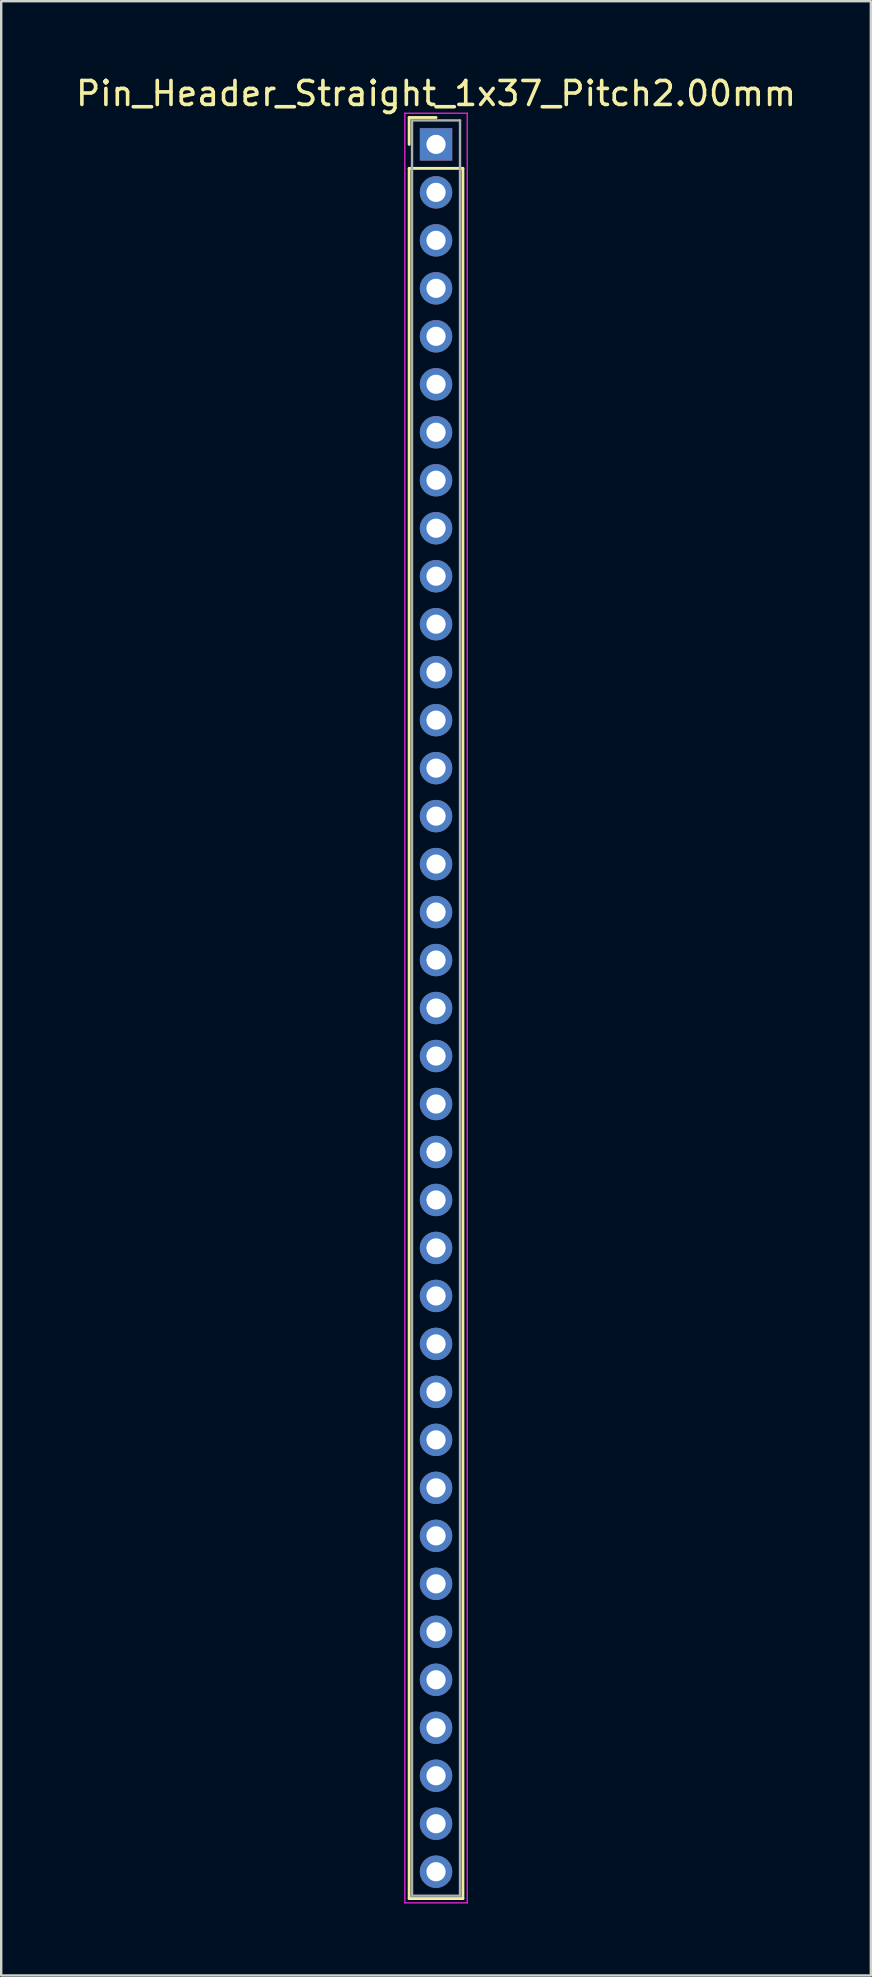
<source format=kicad_pcb>
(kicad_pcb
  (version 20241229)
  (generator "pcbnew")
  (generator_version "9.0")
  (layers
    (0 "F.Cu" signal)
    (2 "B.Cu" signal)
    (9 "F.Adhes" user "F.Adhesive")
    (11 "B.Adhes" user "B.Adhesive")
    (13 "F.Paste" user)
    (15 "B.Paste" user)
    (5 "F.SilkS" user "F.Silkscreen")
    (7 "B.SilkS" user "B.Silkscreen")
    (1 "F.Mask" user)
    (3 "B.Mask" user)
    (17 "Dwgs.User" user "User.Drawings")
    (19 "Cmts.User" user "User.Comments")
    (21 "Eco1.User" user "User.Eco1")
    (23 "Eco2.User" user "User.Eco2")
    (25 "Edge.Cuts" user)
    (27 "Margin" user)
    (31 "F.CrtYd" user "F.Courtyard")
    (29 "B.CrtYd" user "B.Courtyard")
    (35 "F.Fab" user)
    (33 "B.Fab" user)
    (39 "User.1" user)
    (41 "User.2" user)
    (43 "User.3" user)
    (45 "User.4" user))
  (footprint "Pin_Header_Straight_1x37_Pitch2.00mm"
    (layer "F.Cu")
    (at 15.125 2.968)
    (property "Reference" "Pin_Header_Straight_1x37_Pitch2.00mm" (at 0 -2.12 0) (layer "F.SilkS") (effects (font (size 1 1) (thickness 0.15))))
    (attr through_hole)
    (fp_line (start -1.12 -1.12) (end 0 -1.12) (stroke (width 0.12) (type solid)) (layer "F.SilkS"))
    (fp_line (start -1.12 0) (end -1.12 -1.12) (stroke (width 0.12) (type solid)) (layer "F.SilkS"))
    (fp_line (start -1.12 1) (end -1.12 73.12) (stroke (width 0.12) (type solid)) (layer "F.SilkS"))
    (fp_line (start -1.12 73.12) (end 1.12 73.12) (stroke (width 0.12) (type solid)) (layer "F.SilkS"))
    (fp_line (start 1.12 1) (end -1.12 1) (stroke (width 0.12) (type solid)) (layer "F.SilkS"))
    (fp_line (start 1.12 73.12) (end 1.12 1) (stroke (width 0.12) (type solid)) (layer "F.SilkS"))
    (fp_line (start -1.3 -1.3) (end -1.3 73.3) (stroke (width 0.05) (type solid)) (layer "F.CrtYd"))
    (fp_line (start -1.3 73.3) (end 1.3 73.3) (stroke (width 0.05) (type solid)) (layer "F.CrtYd"))
    (fp_line (start 1.3 -1.3) (end -1.3 -1.3) (stroke (width 0.05) (type solid)) (layer "F.CrtYd"))
    (fp_line (start 1.3 73.3) (end 1.3 -1.3) (stroke (width 0.05) (type solid)) (layer "F.CrtYd"))
    (fp_line (start -1 -1) (end -1 73) (stroke (width 0.1) (type solid)) (layer "F.Fab"))
    (fp_line (start -1 73) (end 1 73) (stroke (width 0.1) (type solid)) (layer "F.Fab"))
    (fp_line (start 1 -1) (end -1 -1) (stroke (width 0.1) (type solid)) (layer "F.Fab"))
    (fp_line (start 1 73) (end 1 -1) (stroke (width 0.1) (type solid)) (layer "F.Fab"))
    (pad "1" thru_hole rect (at 0 0) (size 1.35 1.35) (drill 0.8) (layers "*.Cu" "*.Mask"))
    (pad "2" thru_hole oval (at 0 2) (size 1.35 1.35) (drill 0.8) (layers "*.Cu" "*.Mask"))
    (pad "3" thru_hole oval (at 0 4) (size 1.35 1.35) (drill 0.8) (layers "*.Cu" "*.Mask"))
    (pad "4" thru_hole oval (at 0 6) (size 1.35 1.35) (drill 0.8) (layers "*.Cu" "*.Mask"))
    (pad "5" thru_hole oval (at 0 8) (size 1.35 1.35) (drill 0.8) (layers "*.Cu" "*.Mask"))
    (pad "6" thru_hole oval (at 0 10) (size 1.35 1.35) (drill 0.8) (layers "*.Cu" "*.Mask"))
    (pad "7" thru_hole oval (at 0 12) (size 1.35 1.35) (drill 0.8) (layers "*.Cu" "*.Mask"))
    (pad "8" thru_hole oval (at 0 14) (size 1.35 1.35) (drill 0.8) (layers "*.Cu" "*.Mask"))
    (pad "9" thru_hole oval (at 0 16) (size 1.35 1.35) (drill 0.8) (layers "*.Cu" "*.Mask"))
    (pad "10" thru_hole oval (at 0 18) (size 1.35 1.35) (drill 0.8) (layers "*.Cu" "*.Mask"))
    (pad "11" thru_hole oval (at 0 20) (size 1.35 1.35) (drill 0.8) (layers "*.Cu" "*.Mask"))
    (pad "12" thru_hole oval (at 0 22) (size 1.35 1.35) (drill 0.8) (layers "*.Cu" "*.Mask"))
    (pad "13" thru_hole oval (at 0 24) (size 1.35 1.35) (drill 0.8) (layers "*.Cu" "*.Mask"))
    (pad "14" thru_hole oval (at 0 26) (size 1.35 1.35) (drill 0.8) (layers "*.Cu" "*.Mask"))
    (pad "15" thru_hole oval (at 0 28) (size 1.35 1.35) (drill 0.8) (layers "*.Cu" "*.Mask"))
    (pad "16" thru_hole oval (at 0 30) (size 1.35 1.35) (drill 0.8) (layers "*.Cu" "*.Mask"))
    (pad "17" thru_hole oval (at 0 32) (size 1.35 1.35) (drill 0.8) (layers "*.Cu" "*.Mask"))
    (pad "18" thru_hole oval (at 0 34) (size 1.35 1.35) (drill 0.8) (layers "*.Cu" "*.Mask"))
    (pad "19" thru_hole oval (at 0 36) (size 1.35 1.35) (drill 0.8) (layers "*.Cu" "*.Mask"))
    (pad "20" thru_hole oval (at 0 38) (size 1.35 1.35) (drill 0.8) (layers "*.Cu" "*.Mask"))
    (pad "21" thru_hole oval (at 0 40) (size 1.35 1.35) (drill 0.8) (layers "*.Cu" "*.Mask"))
    (pad "22" thru_hole oval (at 0 42) (size 1.35 1.35) (drill 0.8) (layers "*.Cu" "*.Mask"))
    (pad "23" thru_hole oval (at 0 44) (size 1.35 1.35) (drill 0.8) (layers "*.Cu" "*.Mask"))
    (pad "24" thru_hole oval (at 0 46) (size 1.35 1.35) (drill 0.8) (layers "*.Cu" "*.Mask"))
    (pad "25" thru_hole oval (at 0 48) (size 1.35 1.35) (drill 0.8) (layers "*.Cu" "*.Mask"))
    (pad "26" thru_hole oval (at 0 50) (size 1.35 1.35) (drill 0.8) (layers "*.Cu" "*.Mask"))
    (pad "27" thru_hole oval (at 0 52) (size 1.35 1.35) (drill 0.8) (layers "*.Cu" "*.Mask"))
    (pad "28" thru_hole oval (at 0 54) (size 1.35 1.35) (drill 0.8) (layers "*.Cu" "*.Mask"))
    (pad "29" thru_hole oval (at 0 56) (size 1.35 1.35) (drill 0.8) (layers "*.Cu" "*.Mask"))
    (pad "30" thru_hole oval (at 0 58) (size 1.35 1.35) (drill 0.8) (layers "*.Cu" "*.Mask"))
    (pad "31" thru_hole oval (at 0 60) (size 1.35 1.35) (drill 0.8) (layers "*.Cu" "*.Mask"))
    (pad "32" thru_hole oval (at 0 62) (size 1.35 1.35) (drill 0.8) (layers "*.Cu" "*.Mask"))
    (pad "33" thru_hole oval (at 0 64) (size 1.35 1.35) (drill 0.8) (layers "*.Cu" "*.Mask"))
    (pad "34" thru_hole oval (at 0 66) (size 1.35 1.35) (drill 0.8) (layers "*.Cu" "*.Mask"))
    (pad "35" thru_hole oval (at 0 68) (size 1.35 1.35) (drill 0.8) (layers "*.Cu" "*.Mask"))
    (pad "36" thru_hole oval (at 0 70) (size 1.35 1.35) (drill 0.8) (layers "*.Cu" "*.Mask"))
    (pad "37" thru_hole oval (at 0 72) (size 1.35 1.35) (drill 0.8) (layers "*.Cu" "*.Mask")))
  (gr_rect
    (start -3 -3)
    (end 33.25 79.293)
    (stroke (width 0.1) (type default))
    (fill no)
    (layer "Edge.Cuts")))
</source>
